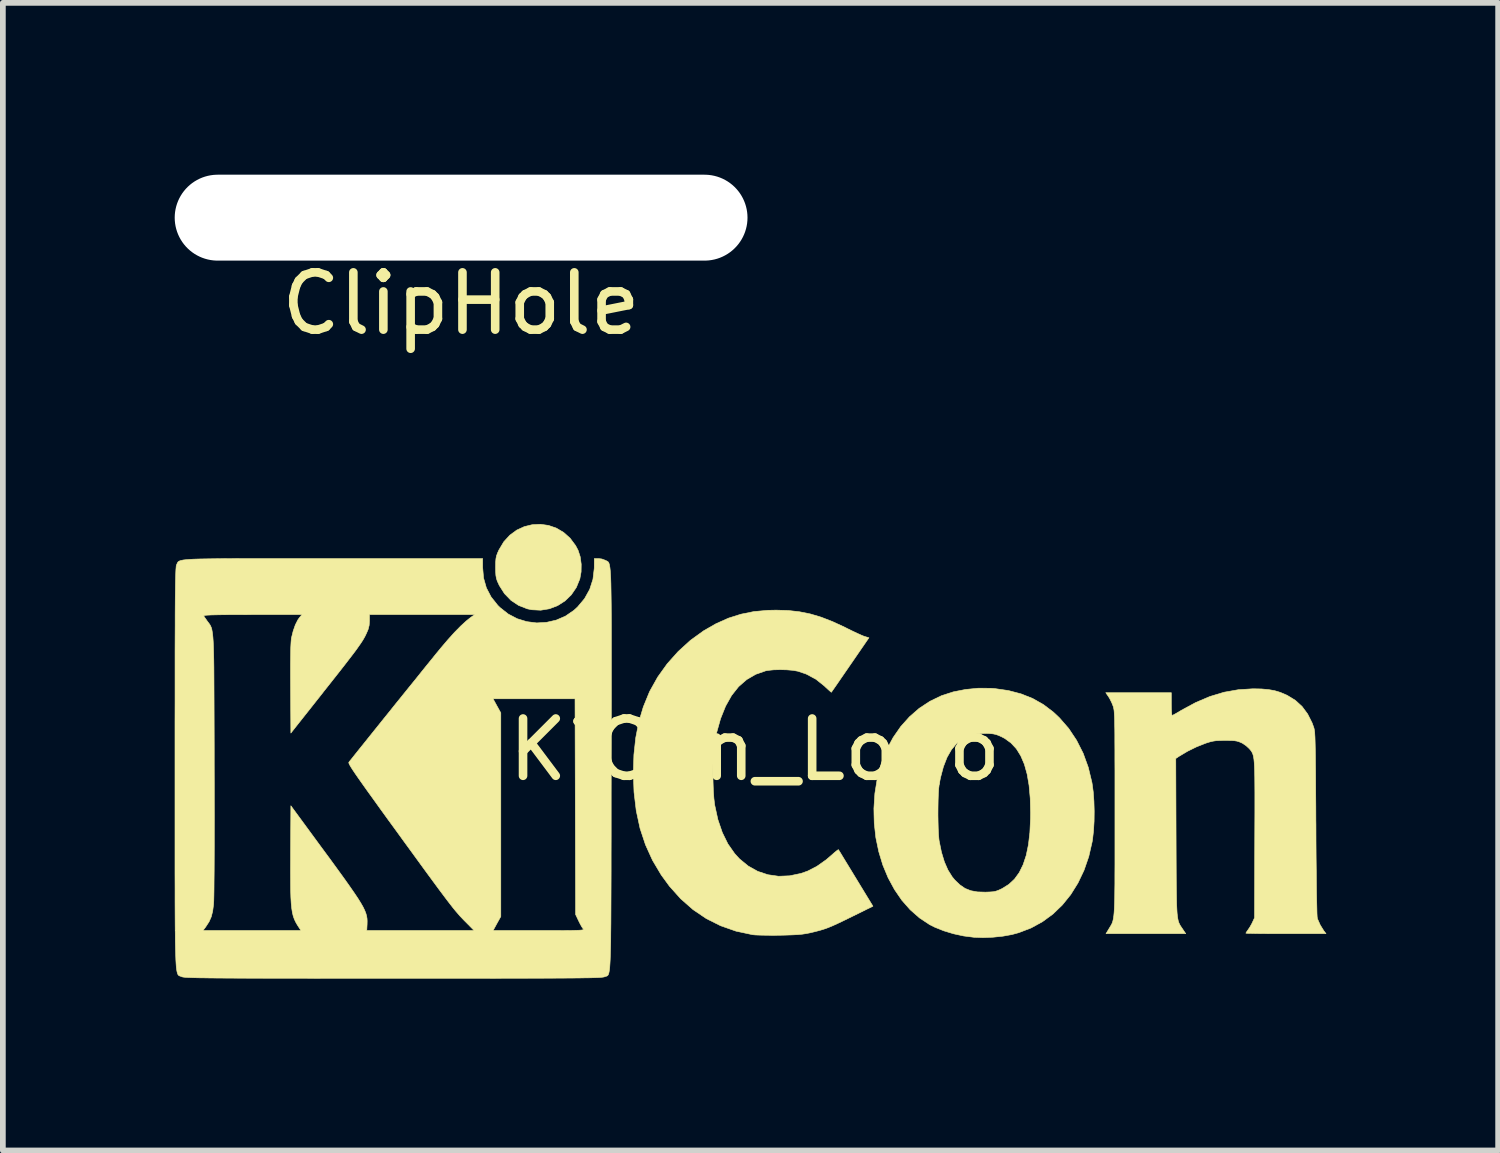
<source format=kicad_pcb>
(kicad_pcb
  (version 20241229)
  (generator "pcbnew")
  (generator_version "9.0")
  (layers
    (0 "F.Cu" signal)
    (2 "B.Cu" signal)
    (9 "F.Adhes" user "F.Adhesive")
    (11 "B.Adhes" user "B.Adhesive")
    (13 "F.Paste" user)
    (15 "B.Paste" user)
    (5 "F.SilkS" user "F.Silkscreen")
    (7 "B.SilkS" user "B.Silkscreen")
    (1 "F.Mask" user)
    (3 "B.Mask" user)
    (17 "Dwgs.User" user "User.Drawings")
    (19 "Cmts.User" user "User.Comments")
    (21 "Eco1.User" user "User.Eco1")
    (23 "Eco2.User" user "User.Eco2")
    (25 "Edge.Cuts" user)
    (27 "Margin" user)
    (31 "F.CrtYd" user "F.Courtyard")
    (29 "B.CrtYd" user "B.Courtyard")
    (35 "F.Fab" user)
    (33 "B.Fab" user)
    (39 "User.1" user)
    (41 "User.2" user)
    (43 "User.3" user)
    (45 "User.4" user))
  (footprint "KiCon_Logo"
    (layer "F.Cu")
    (at 10.129 10.039)
    (property "Reference" "KiCon_Logo" (at 0 0 0) (layer "F.SilkS") (effects (font (size 1 1) (thickness 0.15))))
    (attr exclude_from_pos_files exclude_from_bom)
    (fp_poly (pts (xy -3.602 -3.916) (xy -3.466 -3.869) (xy -3.339 -3.794) (xy -3.226 -3.693) (xy -3.13 -3.564) (xy -3.087 -3.483) (xy -3.05 -3.37) (xy -3.032 -3.239) (xy -3.034 -3.105) (xy -3.056 -2.983) (xy -3.117 -2.834) (xy -3.205 -2.705) (xy -3.315 -2.598) (xy -3.444 -2.516) (xy -3.587 -2.461) (xy -3.739 -2.436) (xy -3.896 -2.444) (xy -3.973 -2.46) (xy -4.124 -2.519) (xy -4.258 -2.608) (xy -4.372 -2.726) (xy -4.463 -2.869) (xy -4.47 -2.885) (xy -4.497 -2.943) (xy -4.513 -2.993) (xy -4.522 -3.045) (xy -4.526 -3.111) (xy -4.527 -3.184) (xy -4.526 -3.271) (xy -4.521 -3.334) (xy -4.511 -3.385) (xy -4.492 -3.436) (xy -4.469 -3.487) (xy -4.384 -3.63) (xy -4.279 -3.745) (xy -4.158 -3.834) (xy -4.026 -3.895) (xy -3.886 -3.929) (xy -3.744 -3.936) (xy -3.602 -3.916)) (stroke (width 0.01) (type solid)) (fill yes) (layer "F.SilkS"))
    (fp_poly (pts (xy 4.114 -1.073) (xy 4.184 -1.068) (xy 4.427 -1.033) (xy 4.648 -0.975) (xy 4.851 -0.894) (xy 5.038 -0.788) (xy 5.212 -0.656) (xy 5.315 -0.559) (xy 5.478 -0.372) (xy 5.616 -0.165) (xy 5.731 0.062) (xy 5.82 0.307) (xy 5.884 0.571) (xy 5.888 0.595) (xy 5.907 0.736) (xy 5.919 0.899) (xy 5.924 1.072) (xy 5.922 1.248) (xy 5.912 1.415) (xy 5.895 1.565) (xy 5.888 1.608) (xy 5.829 1.865) (xy 5.746 2.105) (xy 5.64 2.327) (xy 5.514 2.529) (xy 5.368 2.71) (xy 5.203 2.869) (xy 5.02 3.003) (xy 4.821 3.112) (xy 4.607 3.194) (xy 4.486 3.227) (xy 4.33 3.255) (xy 4.158 3.273) (xy 3.984 3.28) (xy 3.821 3.274) (xy 3.815 3.273) (xy 3.643 3.251) (xy 3.468 3.213) (xy 3.299 3.162) (xy 3.144 3.1) (xy 3.053 3.055) (xy 2.875 2.937) (xy 2.712 2.794) (xy 2.565 2.627) (xy 2.437 2.44) (xy 2.326 2.235) (xy 2.234 2.014) (xy 2.163 1.78) (xy 2.112 1.536) (xy 2.084 1.283) (xy 2.08 1.134) (xy 3.196 1.134) (xy 3.198 1.26) (xy 3.201 1.378) (xy 3.206 1.481) (xy 3.213 1.562) (xy 3.217 1.592) (xy 3.257 1.789) (xy 3.308 1.957) (xy 3.37 2.099) (xy 3.444 2.218) (xy 3.49 2.274) (xy 3.579 2.359) (xy 3.669 2.421) (xy 3.769 2.461) (xy 3.883 2.482) (xy 4.018 2.486) (xy 4.03 2.486) (xy 4.108 2.483) (xy 4.164 2.479) (xy 4.209 2.469) (xy 4.254 2.453) (xy 4.308 2.428) (xy 4.319 2.422) (xy 4.433 2.351) (xy 4.532 2.259) (xy 4.615 2.145) (xy 4.683 2.007) (xy 4.737 1.845) (xy 4.776 1.657) (xy 4.801 1.443) (xy 4.812 1.201) (xy 4.813 1.101) (xy 4.807 0.848) (xy 4.787 0.624) (xy 4.753 0.426) (xy 4.705 0.254) (xy 4.642 0.107) (xy 4.565 -0.017) (xy 4.472 -0.117) (xy 4.364 -0.196) (xy 4.319 -0.22) (xy 4.259 -0.248) (xy 4.209 -0.266) (xy 4.159 -0.277) (xy 4.097 -0.283) (xy 4.045 -0.285) (xy 3.891 -0.28) (xy 3.753 -0.249) (xy 3.631 -0.193) (xy 3.524 -0.111) (xy 3.432 -0.002) (xy 3.355 0.133) (xy 3.291 0.297) (xy 3.24 0.489) (xy 3.217 0.61) (xy 3.209 0.678) (xy 3.203 0.771) (xy 3.199 0.883) (xy 3.197 1.006) (xy 3.196 1.134) (xy 2.08 1.134) (xy 2.078 1.024) (xy 2.095 0.762) (xy 2.137 0.5) (xy 2.142 0.476) (xy 2.209 0.23) (xy 2.3 0) (xy 2.413 -0.212) (xy 2.546 -0.404) (xy 2.699 -0.575) (xy 2.869 -0.723) (xy 3.056 -0.846) (xy 3.257 -0.943) (xy 3.463 -1.01) (xy 3.677 -1.052) (xy 3.898 -1.074) (xy 4.114 -1.073)) (stroke (width 0.01) (type solid)) (fill yes) (layer "F.SilkS"))
    (fp_poly (pts (xy 0.581 -2.431) (xy 0.777 -2.409) (xy 0.967 -2.371) (xy 1.158 -2.314) (xy 1.358 -2.236) (xy 1.576 -2.135) (xy 1.615 -2.115) (xy 1.705 -2.071) (xy 1.79 -2.031) (xy 1.861 -1.999) (xy 1.91 -1.979) (xy 1.918 -1.977) (xy 1.991 -1.955) (xy 1.665 -1.481) (xy 1.585 -1.365) (xy 1.512 -1.259) (xy 1.449 -1.167) (xy 1.397 -1.092) (xy 1.359 -1.038) (xy 1.339 -1.008) (xy 1.335 -1.003) (xy 1.322 -1.013) (xy 1.288 -1.043) (xy 1.24 -1.087) (xy 1.214 -1.112) (xy 1.065 -1.231) (xy 0.897 -1.321) (xy 0.753 -1.37) (xy 0.666 -1.386) (xy 0.558 -1.395) (xy 0.44 -1.398) (xy 0.326 -1.395) (xy 0.229 -1.385) (xy 0.19 -1.378) (xy 0.015 -1.317) (xy -0.143 -1.225) (xy -0.284 -1.102) (xy -0.407 -0.947) (xy -0.512 -0.76) (xy -0.599 -0.543) (xy -0.669 -0.294) (xy -0.71 -0.082) (xy -0.721 0.012) (xy -0.728 0.134) (xy -0.732 0.273) (xy -0.733 0.423) (xy -0.73 0.575) (xy -0.725 0.718) (xy -0.716 0.846) (xy -0.704 0.949) (xy -0.702 0.964) (xy -0.646 1.22) (xy -0.569 1.445) (xy -0.472 1.643) (xy -0.353 1.813) (xy -0.269 1.905) (xy -0.117 2.03) (xy 0.049 2.123) (xy 0.227 2.182) (xy 0.414 2.209) (xy 0.607 2.201) (xy 0.803 2.16) (xy 0.92 2.119) (xy 1.08 2.037) (xy 1.246 1.92) (xy 1.339 1.84) (xy 1.391 1.794) (xy 1.432 1.761) (xy 1.455 1.745) (xy 1.458 1.744) (xy 1.469 1.761) (xy 1.496 1.804) (xy 1.537 1.872) (xy 1.59 1.959) (xy 1.653 2.062) (xy 1.723 2.177) (xy 1.762 2.241) (xy 2.061 2.732) (xy 1.688 2.916) (xy 1.553 2.982) (xy 1.444 3.034) (xy 1.354 3.075) (xy 1.276 3.107) (xy 1.203 3.133) (xy 1.13 3.155) (xy 1.049 3.176) (xy 0.971 3.195) (xy 0.901 3.209) (xy 0.829 3.22) (xy 0.746 3.228) (xy 0.645 3.233) (xy 0.52 3.237) (xy 0.435 3.239) (xy 0.315 3.24) (xy 0.199 3.239) (xy 0.096 3.237) (xy 0.013 3.234) (xy -0.042 3.229) (xy -0.045 3.228) (xy -0.33 3.167) (xy -0.598 3.073) (xy -0.848 2.948) (xy -1.08 2.791) (xy -1.295 2.602) (xy -1.492 2.382) (xy -1.635 2.186) (xy -1.787 1.93) (xy -1.91 1.659) (xy -2.005 1.372) (xy -2.071 1.066) (xy -2.11 0.74) (xy -2.122 0.408) (xy -2.112 0.087) (xy -2.08 -0.209) (xy -2.026 -0.486) (xy -1.948 -0.747) (xy -1.845 -0.999) (xy -1.833 -1.025) (xy -1.697 -1.268) (xy -1.531 -1.5) (xy -1.338 -1.716) (xy -1.125 -1.91) (xy -0.894 -2.077) (xy -0.679 -2.2) (xy -0.462 -2.297) (xy -0.244 -2.366) (xy -0.018 -2.412) (xy 0.226 -2.434) (xy 0.372 -2.437) (xy 0.581 -2.431)) (stroke (width 0.01) (type solid)) (fill yes) (layer "F.SilkS"))
    (fp_poly (pts (xy 8.845 -1.061) (xy 8.968 -1.05) (xy 9.075 -1.031) (xy 9.174 -1.001) (xy 9.273 -0.959) (xy 9.294 -0.949) (xy 9.435 -0.863) (xy 9.553 -0.755) (xy 9.65 -0.624) (xy 9.728 -0.469) (xy 9.756 -0.392) (xy 9.761 -0.376) (xy 9.765 -0.358) (xy 9.769 -0.335) (xy 9.773 -0.306) (xy 9.775 -0.268) (xy 9.778 -0.22) (xy 9.78 -0.16) (xy 9.782 -0.086) (xy 9.784 0.005) (xy 9.786 0.113) (xy 9.787 0.241) (xy 9.789 0.391) (xy 9.79 0.565) (xy 9.791 0.764) (xy 9.793 0.991) (xy 9.794 1.247) (xy 9.795 1.298) (xy 9.796 1.6) (xy 9.798 1.87) (xy 9.801 2.109) (xy 9.803 2.317) (xy 9.805 2.496) (xy 9.808 2.644) (xy 9.811 2.763) (xy 9.813 2.852) (xy 9.816 2.913) (xy 9.82 2.946) (xy 9.821 2.95) (xy 9.87 3.06) (xy 9.932 3.16) (xy 9.971 3.211) (xy 9.271 3.211) (xy 9.126 3.211) (xy 8.99 3.211) (xy 8.869 3.21) (xy 8.763 3.209) (xy 8.678 3.207) (xy 8.616 3.206) (xy 8.58 3.204) (xy 8.572 3.202) (xy 8.581 3.185) (xy 8.603 3.153) (xy 8.611 3.142) (xy 8.642 3.096) (xy 8.674 3.039) (xy 8.687 3.012) (xy 8.723 2.934) (xy 8.727 1.57) (xy 8.728 1.321) (xy 8.729 1.102) (xy 8.729 0.91) (xy 8.729 0.744) (xy 8.728 0.602) (xy 8.727 0.481) (xy 8.725 0.379) (xy 8.722 0.295) (xy 8.718 0.226) (xy 8.713 0.171) (xy 8.706 0.127) (xy 8.698 0.091) (xy 8.688 0.064) (xy 8.677 0.041) (xy 8.664 0.021) (xy 8.649 0.002) (xy 8.632 -0.018) (xy 8.629 -0.021) (xy 8.577 -0.069) (xy 8.514 -0.112) (xy 8.489 -0.124) (xy 8.45 -0.14) (xy 8.412 -0.151) (xy 8.367 -0.158) (xy 8.309 -0.161) (xy 8.228 -0.162) (xy 8.207 -0.162) (xy 8.12 -0.161) (xy 8.054 -0.158) (xy 8 -0.15) (xy 7.948 -0.138) (xy 7.886 -0.119) (xy 7.858 -0.109) (xy 7.707 -0.049) (xy 7.553 0.027) (xy 7.412 0.111) (xy 7.408 0.113) (xy 7.348 0.153) (xy 7.353 1.519) (xy 7.354 1.766) (xy 7.355 1.983) (xy 7.356 2.173) (xy 7.357 2.337) (xy 7.359 2.478) (xy 7.361 2.598) (xy 7.363 2.699) (xy 7.367 2.782) (xy 7.371 2.851) (xy 7.377 2.907) (xy 7.384 2.953) (xy 7.392 2.99) (xy 7.402 3.02) (xy 7.414 3.046) (xy 7.427 3.07) (xy 7.443 3.094) (xy 7.461 3.12) (xy 7.468 3.131) (xy 7.522 3.211) (xy 6.13 3.211) (xy 6.185 3.12) (xy 6.2 3.095) (xy 6.214 3.072) (xy 6.226 3.051) (xy 6.237 3.028) (xy 6.246 3.002) (xy 6.254 2.972) (xy 6.261 2.935) (xy 6.267 2.89) (xy 6.272 2.835) (xy 6.276 2.767) (xy 6.279 2.686) (xy 6.282 2.588) (xy 6.283 2.474) (xy 6.285 2.34) (xy 6.285 2.184) (xy 6.286 2.006) (xy 6.286 1.803) (xy 6.286 1.573) (xy 6.286 1.314) (xy 6.286 1.106) (xy 6.286 0.831) (xy 6.286 0.586) (xy 6.286 0.368) (xy 6.285 0.177) (xy 6.285 0.011) (xy 6.284 -0.133) (xy 6.284 -0.257) (xy 6.283 -0.361) (xy 6.281 -0.448) (xy 6.28 -0.52) (xy 6.278 -0.579) (xy 6.275 -0.625) (xy 6.273 -0.663) (xy 6.27 -0.692) (xy 6.266 -0.715) (xy 6.262 -0.733) (xy 6.258 -0.75) (xy 6.257 -0.754) (xy 6.231 -0.82) (xy 6.197 -0.888) (xy 6.177 -0.922) (xy 6.126 -0.996) (xy 7.27 -0.996) (xy 7.27 -0.797) (xy 7.271 -0.722) (xy 7.274 -0.66) (xy 7.278 -0.617) (xy 7.283 -0.599) (xy 7.284 -0.599) (xy 7.302 -0.606) (xy 7.341 -0.627) (xy 7.395 -0.658) (xy 7.446 -0.689) (xy 7.696 -0.824) (xy 7.943 -0.929) (xy 8.191 -1.004) (xy 8.441 -1.048) (xy 8.695 -1.064) (xy 8.699 -1.064) (xy 8.845 -1.061)) (stroke (width 0.01) (type solid)) (fill yes) (layer "F.SilkS"))
    (fp_poly (pts (xy -7.87 -3.338) (xy -7.521 -3.338) (xy -7.358 -3.338) (xy -4.753 -3.338) (xy -4.753 -3.185) (xy -4.737 -2.998) (xy -4.688 -2.826) (xy -4.605 -2.667) (xy -4.488 -2.52) (xy -4.448 -2.481) (xy -4.306 -2.369) (xy -4.149 -2.287) (xy -3.982 -2.236) (xy -3.81 -2.214) (xy -3.637 -2.224) (xy -3.468 -2.263) (xy -3.308 -2.332) (xy -3.162 -2.432) (xy -3.096 -2.492) (xy -2.973 -2.639) (xy -2.883 -2.801) (xy -2.827 -2.976) (xy -2.805 -3.161) (xy -2.804 -3.18) (xy -2.803 -3.338) (xy -2.733 -3.338) (xy -2.671 -3.33) (xy -2.615 -3.309) (xy -2.611 -3.307) (xy -2.598 -3.301) (xy -2.587 -3.296) (xy -2.576 -3.29) (xy -2.566 -3.284) (xy -2.557 -3.274) (xy -2.549 -3.26) (xy -2.542 -3.239) (xy -2.536 -3.211) (xy -2.53 -3.174) (xy -2.525 -3.127) (xy -2.521 -3.067) (xy -2.517 -2.994) (xy -2.514 -2.906) (xy -2.512 -2.801) (xy -2.51 -2.678) (xy -2.508 -2.535) (xy -2.507 -2.372) (xy -2.506 -2.186) (xy -2.506 -1.976) (xy -2.506 -1.74) (xy -2.506 -1.477) (xy -2.506 -1.185) (xy -2.506 -0.864) (xy -2.507 -0.511) (xy -2.507 -0.124) (xy -2.508 0.297) (xy -2.508 0.348) (xy -2.509 0.771) (xy -2.509 1.16) (xy -2.509 1.516) (xy -2.51 1.839) (xy -2.51 2.133) (xy -2.511 2.398) (xy -2.512 2.635) (xy -2.513 2.847) (xy -2.514 3.034) (xy -2.516 3.199) (xy -2.517 3.342) (xy -2.52 3.466) (xy -2.523 3.571) (xy -2.526 3.66) (xy -2.53 3.733) (xy -2.534 3.793) (xy -2.539 3.84) (xy -2.545 3.877) (xy -2.551 3.904) (xy -2.558 3.924) (xy -2.566 3.937) (xy -2.575 3.946) (xy -2.585 3.951) (xy -2.596 3.955) (xy -2.608 3.958) (xy -2.621 3.963) (xy -2.624 3.964) (xy -2.634 3.967) (xy -2.651 3.97) (xy -2.676 3.973) (xy -2.71 3.976) (xy -2.756 3.978) (xy -2.814 3.98) (xy -2.886 3.982) (xy -2.973 3.983) (xy -3.078 3.985) (xy -3.201 3.986) (xy -3.343 3.987) (xy -3.507 3.988) (xy -3.694 3.989) (xy -3.905 3.989) (xy -4.141 3.99) (xy -4.405 3.99) (xy -4.697 3.991) (xy -5.019 3.991) (xy -5.373 3.991) (xy -5.759 3.991) (xy -6.18 3.991) (xy -6.316 3.991) (xy -6.747 3.991) (xy -7.142 3.991) (xy -7.504 3.991) (xy -7.835 3.99) (xy -8.134 3.99) (xy -8.405 3.99) (xy -8.649 3.989) (xy -8.866 3.989) (xy -9.059 3.988) (xy -9.229 3.987) (xy -9.378 3.986) (xy -9.506 3.985) (xy -9.616 3.983) (xy -9.709 3.982) (xy -9.786 3.98) (xy -9.848 3.978) (xy -9.899 3.976) (xy -9.937 3.974) (xy -9.967 3.971) (xy -9.987 3.968) (xy -10.001 3.965) (xy -10.009 3.962) (xy -10.023 3.956) (xy -10.035 3.952) (xy -10.046 3.948) (xy -10.057 3.942) (xy -10.066 3.934) (xy -10.075 3.92) (xy -10.082 3.901) (xy -10.089 3.874) (xy -10.095 3.839) (xy -10.101 3.793) (xy -10.105 3.734) (xy -10.109 3.663) (xy -10.112 3.576) (xy -10.115 3.473) (xy -10.118 3.352) (xy -10.119 3.211) (xy -10.12 3.157) (xy -9.636 3.157) (xy -7.924 3.157) (xy -7.957 3.107) (xy -7.99 3.056) (xy -8.018 3.007) (xy -8.041 2.957) (xy -8.06 2.903) (xy -8.075 2.841) (xy -8.086 2.768) (xy -8.095 2.68) (xy -8.101 2.574) (xy -8.105 2.447) (xy -8.106 2.294) (xy -8.107 2.114) (xy -8.106 1.902) (xy -8.106 1.823) (xy -8.101 0.978) (xy -7.566 1.707) (xy -7.414 1.913) (xy -7.283 2.093) (xy -7.17 2.249) (xy -7.075 2.383) (xy -6.996 2.497) (xy -6.931 2.594) (xy -6.88 2.676) (xy -6.84 2.746) (xy -6.811 2.806) (xy -6.791 2.858) (xy -6.778 2.905) (xy -6.771 2.949) (xy -6.769 2.992) (xy -6.77 3.038) (xy -6.77 3.043) (xy -6.776 3.157) (xy -4.901 3.157) (xy -5.04 3.016) (xy -5.078 2.978) (xy -5.114 2.94) (xy -5.15 2.902) (xy -5.186 2.86) (xy -5.226 2.814) (xy -5.27 2.76) (xy -5.32 2.696) (xy -5.377 2.622) (xy -5.443 2.534) (xy -5.521 2.43) (xy -5.61 2.309) (xy -5.713 2.169) (xy -5.832 2.006) (xy -5.967 1.82) (xy -6.121 1.609) (xy -6.247 1.435) (xy -6.406 1.217) (xy -6.544 1.026) (xy -6.663 0.86) (xy -6.765 0.719) (xy -6.85 0.599) (xy -6.92 0.5) (xy -6.976 0.419) (xy -7.019 0.355) (xy -7.051 0.305) (xy -7.072 0.269) (xy -7.085 0.243) (xy -7.09 0.227) (xy -7.088 0.218) (xy -7.071 0.196) (xy -7.032 0.148) (xy -6.976 0.077) (xy -6.904 -0.013) (xy -6.818 -0.12) (xy -6.721 -0.241) (xy -6.615 -0.373) (xy -6.502 -0.514) (xy -6.385 -0.659) (xy -6.266 -0.808) (xy -6.2 -0.889) (xy -4.571 -0.889) (xy -4.504 -0.767) (xy -4.436 -0.644) (xy -4.436 2.912) (xy -4.504 3.034) (xy -4.571 3.157) (xy -3.771 3.157) (xy -3.579 3.157) (xy -3.422 3.157) (xy -3.294 3.156) (xy -3.193 3.155) (xy -3.117 3.153) (xy -3.062 3.151) (xy -3.025 3.148) (xy -3.004 3.144) (xy -2.994 3.139) (xy -2.993 3.132) (xy -2.999 3.125) (xy -2.999 3.125) (xy -3.022 3.092) (xy -3.052 3.038) (xy -3.079 2.984) (xy -3.13 2.876) (xy -3.135 0.993) (xy -3.14 -0.889) (xy -4.571 -0.889) (xy -6.2 -0.889) (xy -6.147 -0.955) (xy -6.03 -1.1) (xy -5.918 -1.238) (xy -5.814 -1.368) (xy -5.719 -1.486) (xy -5.635 -1.589) (xy -5.566 -1.675) (xy -5.512 -1.74) (xy -5.481 -1.778) (xy -5.36 -1.92) (xy -5.244 -2.049) (xy -5.136 -2.159) (xy -5.04 -2.247) (xy -4.973 -2.301) (xy -4.893 -2.359) (xy -6.729 -2.359) (xy -6.729 -2.251) (xy -6.734 -2.172) (xy -6.753 -2.098) (xy -6.783 -2.029) (xy -6.802 -1.989) (xy -6.823 -1.95) (xy -6.847 -1.909) (xy -6.877 -1.863) (xy -6.914 -1.81) (xy -6.959 -1.746) (xy -7.016 -1.67) (xy -7.086 -1.579) (xy -7.17 -1.47) (xy -7.271 -1.341) (xy -7.391 -1.189) (xy -7.532 -1.011) (xy -7.547 -0.991) (xy -8.101 -0.291) (xy -8.106 -1.066) (xy -8.107 -1.299) (xy -8.107 -1.495) (xy -8.105 -1.657) (xy -8.103 -1.784) (xy -8.098 -1.878) (xy -8.093 -1.938) (xy -8.091 -1.95) (xy -8.061 -2.071) (xy -8.023 -2.18) (xy -7.979 -2.267) (xy -7.953 -2.304) (xy -7.907 -2.359) (xy -8.772 -2.359) (xy -8.978 -2.358) (xy -9.15 -2.358) (xy -9.291 -2.357) (xy -9.404 -2.355) (xy -9.49 -2.353) (xy -9.553 -2.35) (xy -9.594 -2.347) (xy -9.616 -2.342) (xy -9.623 -2.337) (xy -9.622 -2.336) (xy -9.604 -2.308) (xy -9.573 -2.264) (xy -9.558 -2.242) (xy -9.541 -2.22) (xy -9.526 -2.2) (xy -9.513 -2.181) (xy -9.502 -2.16) (xy -9.491 -2.135) (xy -9.482 -2.106) (xy -9.475 -2.068) (xy -9.468 -2.022) (xy -9.462 -1.964) (xy -9.457 -1.893) (xy -9.453 -1.806) (xy -9.45 -1.703) (xy -9.447 -1.58) (xy -9.445 -1.436) (xy -9.444 -1.27) (xy -9.443 -1.078) (xy -9.442 -0.86) (xy -9.441 -0.613) (xy -9.44 -0.335) (xy -9.439 -0.024) (xy -9.439 0.261) (xy -9.438 0.579) (xy -9.438 0.883) (xy -9.437 1.17) (xy -9.438 1.439) (xy -9.438 1.687) (xy -9.439 1.913) (xy -9.44 2.114) (xy -9.442 2.289) (xy -9.443 2.436) (xy -9.445 2.553) (xy -9.447 2.638) (xy -9.45 2.689) (xy -9.45 2.694) (xy -9.466 2.818) (xy -9.491 2.917) (xy -9.529 3.003) (xy -9.585 3.089) (xy -9.591 3.098) (xy -9.636 3.157) (xy -10.12 3.157) (xy -10.121 3.049) (xy -10.122 2.865) (xy -10.123 2.657) (xy -10.123 2.423) (xy -10.124 2.162) (xy -10.124 1.873) (xy -10.124 1.554) (xy -10.124 1.203) (xy -10.124 0.82) (xy -10.124 0.401) (xy -10.124 0.318) (xy -10.124 -0.104) (xy -10.124 -0.492) (xy -10.123 -0.847) (xy -10.123 -1.169) (xy -10.123 -1.462) (xy -10.123 -1.725) (xy -10.122 -1.961) (xy -10.121 -2.172) (xy -10.121 -2.357) (xy -10.12 -2.521) (xy -10.119 -2.662) (xy -10.117 -2.784) (xy -10.116 -2.887) (xy -10.114 -2.974) (xy -10.112 -3.045) (xy -10.11 -3.102) (xy -10.108 -3.146) (xy -10.105 -3.18) (xy -10.103 -3.204) (xy -10.1 -3.22) (xy -10.096 -3.23) (xy -10.096 -3.23) (xy -10.089 -3.245) (xy -10.084 -3.258) (xy -10.077 -3.27) (xy -10.069 -3.281) (xy -10.056 -3.29) (xy -10.037 -3.299) (xy -10.011 -3.306) (xy -9.976 -3.313) (xy -9.929 -3.318) (xy -9.87 -3.323) (xy -9.796 -3.327) (xy -9.705 -3.33) (xy -9.597 -3.332) (xy -9.469 -3.334) (xy -9.319 -3.336) (xy -9.146 -3.337) (xy -8.948 -3.338) (xy -8.723 -3.338) (xy -8.47 -3.338) (xy -8.186 -3.338) (xy -7.87 -3.338)) (stroke (width 0.01) (type solid)) (fill yes) (layer "F.SilkS")))
  (footprint "ClipHole"
    (layer "F.Cu")
    (at 5 0.75)
    (property "Reference" "ClipHole" (at 0 1.5 0) (layer "F.SilkS") (effects (font (size 1 1) (thickness 0.15))))
    (attr through_hole)
    (pad "" np_thru_hole oval (at 0 0) (size 10 1.5) (drill oval 10 1.5) (layers "*.Cu" "*.Mask")))
  (gr_rect
    (start -3 -3)
    (end 23.105 17.035)
    (stroke (width 0.1) (type default))
    (fill no)
    (layer "Edge.Cuts")))
</source>
